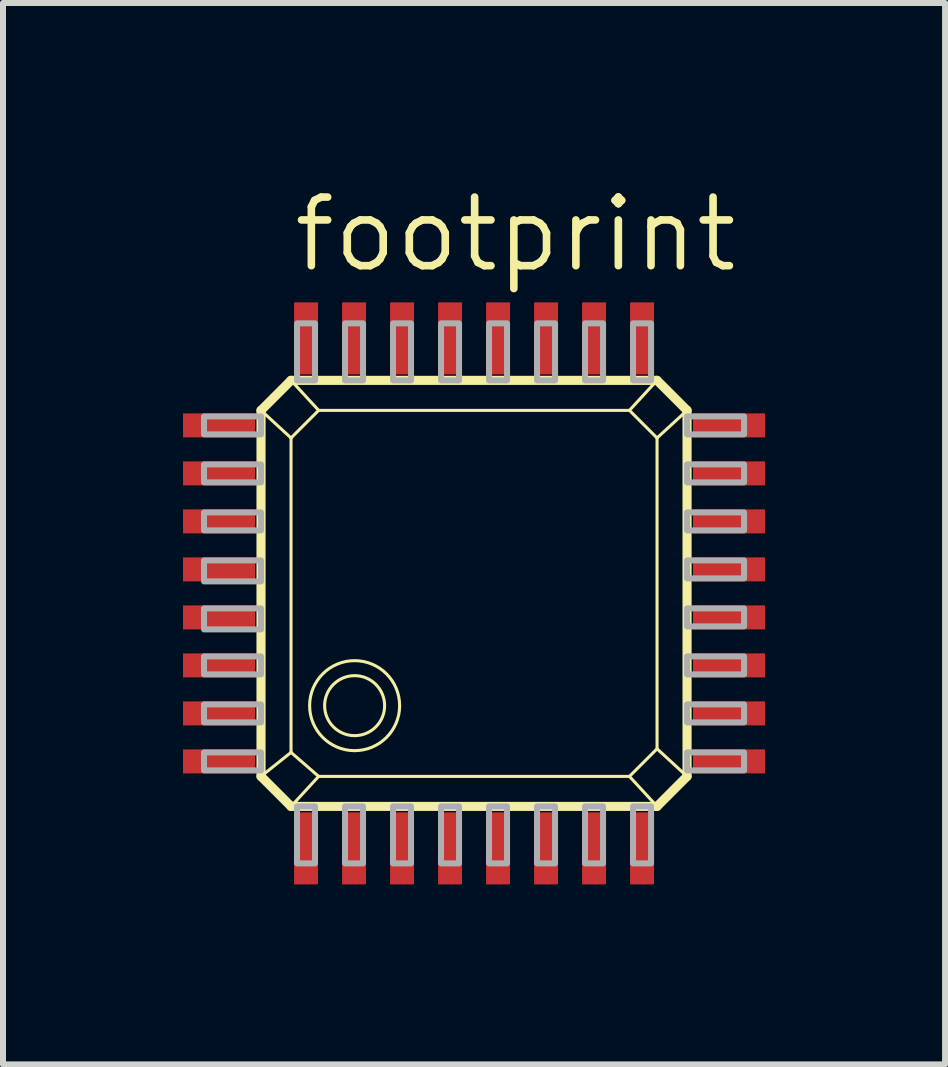
<source format=kicad_pcb>
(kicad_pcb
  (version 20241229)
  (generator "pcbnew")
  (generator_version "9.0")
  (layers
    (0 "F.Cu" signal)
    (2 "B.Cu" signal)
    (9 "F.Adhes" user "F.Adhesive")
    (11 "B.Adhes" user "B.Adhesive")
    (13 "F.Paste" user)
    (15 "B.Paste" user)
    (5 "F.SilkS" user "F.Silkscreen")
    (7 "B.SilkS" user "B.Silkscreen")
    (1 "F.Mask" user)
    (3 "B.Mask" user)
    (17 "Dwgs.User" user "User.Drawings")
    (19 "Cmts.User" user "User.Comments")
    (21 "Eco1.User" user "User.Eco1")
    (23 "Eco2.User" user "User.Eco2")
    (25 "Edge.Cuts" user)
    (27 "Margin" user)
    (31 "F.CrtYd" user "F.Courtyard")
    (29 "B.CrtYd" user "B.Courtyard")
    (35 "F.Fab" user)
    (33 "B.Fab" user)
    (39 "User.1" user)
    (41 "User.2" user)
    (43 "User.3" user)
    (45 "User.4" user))
  (footprint "footprint"
    (layer "F.Cu")
    (at 4.85 6.839)
    (property "Reference" "footprint" (at -3.067 -5.315 0) (layer "F.SilkS") (effects (font (size 1.143 1.143) (thickness 0.127)) (justify left bottom)))
    (fp_line (start -3.55 -3.05) (end -3.05 -3.55) (stroke (width 0.152) (type solid)) (layer "F.SilkS"))
    (fp_line (start -3.55 -3.05) (end -3.05 -2.59) (stroke (width 0.051) (type solid)) (layer "F.SilkS"))
    (fp_line (start -3.55 3.05) (end -3.55 -3.05) (stroke (width 0.152) (type solid)) (layer "F.SilkS"))
    (fp_line (start -3.05 -3.55) (end -2.59 -3.05) (stroke (width 0.051) (type solid)) (layer "F.SilkS"))
    (fp_line (start -3.05 -3.55) (end 3.05 -3.55) (stroke (width 0.152) (type solid)) (layer "F.SilkS"))
    (fp_line (start -3.05 -2.59) (end -2.59 -3.05) (stroke (width 0.051) (type solid)) (layer "F.SilkS"))
    (fp_line (start -3.05 2.65) (end -3.55 3.05) (stroke (width 0.051) (type solid)) (layer "F.SilkS"))
    (fp_line (start -3.05 2.65) (end -3.05 -2.59) (stroke (width 0.051) (type solid)) (layer "F.SilkS"))
    (fp_line (start -3.05 3.55) (end -3.55 3.05) (stroke (width 0.152) (type solid)) (layer "F.SilkS"))
    (fp_line (start -3.05 3.55) (end -2.59 3.05) (stroke (width 0.051) (type solid)) (layer "F.SilkS"))
    (fp_line (start -2.59 -3.05) (end 2.59 -3.05) (stroke (width 0.051) (type solid)) (layer "F.SilkS"))
    (fp_line (start -2.59 3.05) (end -3.05 2.65) (stroke (width 0.051) (type solid)) (layer "F.SilkS"))
    (fp_line (start 2.59 -3.05) (end 3.05 -2.59) (stroke (width 0.051) (type solid)) (layer "F.SilkS"))
    (fp_line (start 2.59 3.05) (end -2.59 3.05) (stroke (width 0.051) (type solid)) (layer "F.SilkS"))
    (fp_line (start 3.05 -3.55) (end 2.59 -3.05) (stroke (width 0.051) (type solid)) (layer "F.SilkS"))
    (fp_line (start 3.05 -3.55) (end 3.55 -3.05) (stroke (width 0.152) (type solid)) (layer "F.SilkS"))
    (fp_line (start 3.05 -2.59) (end 3.05 2.59) (stroke (width 0.051) (type solid)) (layer "F.SilkS"))
    (fp_line (start 3.05 2.59) (end 2.59 3.05) (stroke (width 0.051) (type solid)) (layer "F.SilkS"))
    (fp_line (start 3.05 3.55) (end -3.05 3.55) (stroke (width 0.152) (type solid)) (layer "F.SilkS"))
    (fp_line (start 3.05 3.55) (end 2.59 3.05) (stroke (width 0.051) (type solid)) (layer "F.SilkS"))
    (fp_line (start 3.55 -3.05) (end 3.05 -2.59) (stroke (width 0.051) (type solid)) (layer "F.SilkS"))
    (fp_line (start 3.55 -3.05) (end 3.55 3.05) (stroke (width 0.152) (type solid)) (layer "F.SilkS"))
    (fp_line (start 3.55 3.05) (end 3.05 2.59) (stroke (width 0.051) (type solid)) (layer "F.SilkS"))
    (fp_line (start 3.55 3.05) (end 3.05 3.55) (stroke (width 0.152) (type solid)) (layer "F.SilkS"))
    (fp_circle (center -1.99 1.871) (end -1.49 1.871) (stroke (width 0.051) (type solid)) (fill no) (layer "F.SilkS"))
    (fp_circle (center -1.99 1.871) (end -1.24 1.871) (stroke (width 0.051) (type solid)) (fill no) (layer "F.SilkS"))
    (fp_poly (pts (xy -4.5 -2.65) (xy -3.55 -2.65) (xy -3.55 -2.95) (xy -4.5 -2.95)) (stroke (width 0.1) (type solid)) (fill no) (layer "F.Fab"))
    (fp_poly (pts (xy -4.5 -1.85) (xy -3.55 -1.85) (xy -3.55 -2.15) (xy -4.5 -2.15)) (stroke (width 0.1) (type solid)) (fill no) (layer "F.Fab"))
    (fp_poly (pts (xy -4.5 -1.05) (xy -3.55 -1.05) (xy -3.55 -1.35) (xy -4.5 -1.35)) (stroke (width 0.1) (type solid)) (fill no) (layer "F.Fab"))
    (fp_poly (pts (xy -4.5 -0.2) (xy -3.55 -0.2) (xy -3.55 -0.55) (xy -4.5 -0.55)) (stroke (width 0.1) (type solid)) (fill no) (layer "F.Fab"))
    (fp_poly (pts (xy -4.5 0.6) (xy -3.55 0.6) (xy -3.55 0.25) (xy -4.5 0.25)) (stroke (width 0.1) (type solid)) (fill no) (layer "F.Fab"))
    (fp_poly (pts (xy -4.5 1.35) (xy -3.55 1.35) (xy -3.55 1.05) (xy -4.5 1.05)) (stroke (width 0.1) (type solid)) (fill no) (layer "F.Fab"))
    (fp_poly (pts (xy -4.5 2.15) (xy -3.55 2.15) (xy -3.55 1.85) (xy -4.5 1.85)) (stroke (width 0.1) (type solid)) (fill no) (layer "F.Fab"))
    (fp_poly (pts (xy -4.5 2.95) (xy -3.55 2.95) (xy -3.55 2.65) (xy -4.5 2.65)) (stroke (width 0.1) (type solid)) (fill no) (layer "F.Fab"))
    (fp_poly (pts (xy -2.95 -3.55) (xy -2.65 -3.55) (xy -2.65 -4.5) (xy -2.95 -4.5)) (stroke (width 0.1) (type solid)) (fill no) (layer "F.Fab"))
    (fp_poly (pts (xy -2.95 4.5) (xy -2.65 4.5) (xy -2.65 3.55) (xy -2.95 3.55)) (stroke (width 0.1) (type solid)) (fill no) (layer "F.Fab"))
    (fp_poly (pts (xy -2.15 -3.55) (xy -1.85 -3.55) (xy -1.85 -4.5) (xy -2.15 -4.5)) (stroke (width 0.1) (type solid)) (fill no) (layer "F.Fab"))
    (fp_poly (pts (xy -2.15 4.5) (xy -1.85 4.5) (xy -1.85 3.55) (xy -2.15 3.55)) (stroke (width 0.1) (type solid)) (fill no) (layer "F.Fab"))
    (fp_poly (pts (xy -1.35 -3.55) (xy -1.05 -3.55) (xy -1.05 -4.5) (xy -1.35 -4.5)) (stroke (width 0.1) (type solid)) (fill no) (layer "F.Fab"))
    (fp_poly (pts (xy -1.35 4.5) (xy -1.05 4.5) (xy -1.05 3.55) (xy -1.35 3.55)) (stroke (width 0.1) (type solid)) (fill no) (layer "F.Fab"))
    (fp_poly (pts (xy -0.55 -3.55) (xy -0.25 -3.55) (xy -0.25 -4.5) (xy -0.55 -4.5)) (stroke (width 0.1) (type solid)) (fill no) (layer "F.Fab"))
    (fp_poly (pts (xy -0.55 4.5) (xy -0.25 4.5) (xy -0.25 3.55) (xy -0.55 3.55)) (stroke (width 0.1) (type solid)) (fill no) (layer "F.Fab"))
    (fp_poly (pts (xy 0.25 -3.55) (xy 0.55 -3.55) (xy 0.55 -4.5) (xy 0.25 -4.5)) (stroke (width 0.1) (type solid)) (fill no) (layer "F.Fab"))
    (fp_poly (pts (xy 0.25 4.5) (xy 0.55 4.5) (xy 0.55 3.55) (xy 0.25 3.55)) (stroke (width 0.1) (type solid)) (fill no) (layer "F.Fab"))
    (fp_poly (pts (xy 1.05 -3.55) (xy 1.35 -3.55) (xy 1.35 -4.5) (xy 1.05 -4.5)) (stroke (width 0.1) (type solid)) (fill no) (layer "F.Fab"))
    (fp_poly (pts (xy 1.05 4.5) (xy 1.35 4.5) (xy 1.35 3.55) (xy 1.05 3.55)) (stroke (width 0.1) (type solid)) (fill no) (layer "F.Fab"))
    (fp_poly (pts (xy 1.85 -3.55) (xy 2.15 -3.55) (xy 2.15 -4.5) (xy 1.85 -4.5)) (stroke (width 0.1) (type solid)) (fill no) (layer "F.Fab"))
    (fp_poly (pts (xy 1.85 4.5) (xy 2.15 4.5) (xy 2.15 3.55) (xy 1.85 3.55)) (stroke (width 0.1) (type solid)) (fill no) (layer "F.Fab"))
    (fp_poly (pts (xy 2.65 -3.55) (xy 2.95 -3.55) (xy 2.95 -4.5) (xy 2.65 -4.5)) (stroke (width 0.1) (type solid)) (fill no) (layer "F.Fab"))
    (fp_poly (pts (xy 2.65 4.5) (xy 2.95 4.5) (xy 2.95 3.55) (xy 2.65 3.55)) (stroke (width 0.1) (type solid)) (fill no) (layer "F.Fab"))
    (fp_poly (pts (xy 3.55 -2.65) (xy 4.5 -2.65) (xy 4.5 -2.95) (xy 3.55 -2.95)) (stroke (width 0.1) (type solid)) (fill no) (layer "F.Fab"))
    (fp_poly (pts (xy 3.55 -1.85) (xy 4.5 -1.85) (xy 4.5 -2.15) (xy 3.55 -2.15)) (stroke (width 0.1) (type solid)) (fill no) (layer "F.Fab"))
    (fp_poly (pts (xy 3.55 -1.05) (xy 4.5 -1.05) (xy 4.5 -1.35) (xy 3.55 -1.35)) (stroke (width 0.1) (type solid)) (fill no) (layer "F.Fab"))
    (fp_poly (pts (xy 3.55 -0.25) (xy 4.5 -0.25) (xy 4.5 -0.55) (xy 3.55 -0.55)) (stroke (width 0.1) (type solid)) (fill no) (layer "F.Fab"))
    (fp_poly (pts (xy 3.55 0.55) (xy 4.5 0.55) (xy 4.5 0.25) (xy 3.55 0.25)) (stroke (width 0.1) (type solid)) (fill no) (layer "F.Fab"))
    (fp_poly (pts (xy 3.55 1.35) (xy 4.5 1.35) (xy 4.5 1.05) (xy 3.55 1.05)) (stroke (width 0.1) (type solid)) (fill no) (layer "F.Fab"))
    (fp_poly (pts (xy 3.55 2.15) (xy 4.5 2.15) (xy 4.5 1.85) (xy 3.55 1.85)) (stroke (width 0.1) (type solid)) (fill no) (layer "F.Fab"))
    (fp_poly (pts (xy 3.55 2.95) (xy 4.5 2.95) (xy 4.5 2.65) (xy 3.55 2.65)) (stroke (width 0.1) (type solid)) (fill no) (layer "F.Fab"))
    (pad "1" smd rect (at -2.8 4.25) (size 0.4 1.2) (layers "F.Cu" "F.Mask" "F.Paste"))
    (pad "2" smd rect (at -2 4.25) (size 0.4 1.2) (layers "F.Cu" "F.Mask" "F.Paste"))
    (pad "3" smd rect (at -1.2 4.25) (size 0.4 1.2) (layers "F.Cu" "F.Mask" "F.Paste"))
    (pad "4" smd rect (at -0.4 4.25) (size 0.4 1.2) (layers "F.Cu" "F.Mask" "F.Paste"))
    (pad "5" smd rect (at 0.4 4.25) (size 0.4 1.2) (layers "F.Cu" "F.Mask" "F.Paste"))
    (pad "6" smd rect (at 1.2 4.25) (size 0.4 1.2) (layers "F.Cu" "F.Mask" "F.Paste"))
    (pad "7" smd rect (at 2 4.25) (size 0.4 1.2) (layers "F.Cu" "F.Mask" "F.Paste"))
    (pad "8" smd rect (at 2.8 4.25) (size 0.4 1.2) (layers "F.Cu" "F.Mask" "F.Paste"))
    (pad "9" smd rect (at 4.25 2.8) (size 1.2 0.4) (layers "F.Cu" "F.Mask" "F.Paste"))
    (pad "10" smd rect (at 4.25 2) (size 1.2 0.4) (layers "F.Cu" "F.Mask" "F.Paste"))
    (pad "11" smd rect (at 4.25 1.2) (size 1.2 0.4) (layers "F.Cu" "F.Mask" "F.Paste"))
    (pad "12" smd rect (at 4.25 0.4) (size 1.2 0.4) (layers "F.Cu" "F.Mask" "F.Paste"))
    (pad "13" smd rect (at 4.25 -0.4) (size 1.2 0.4) (layers "F.Cu" "F.Mask" "F.Paste"))
    (pad "14" smd rect (at 4.25 -1.2) (size 1.2 0.4) (layers "F.Cu" "F.Mask" "F.Paste"))
    (pad "15" smd rect (at 4.25 -2) (size 1.2 0.4) (layers "F.Cu" "F.Mask" "F.Paste"))
    (pad "16" smd rect (at 4.25 -2.8) (size 1.2 0.4) (layers "F.Cu" "F.Mask" "F.Paste"))
    (pad "17" smd rect (at 2.8 -4.25) (size 0.4 1.2) (layers "F.Cu" "F.Mask" "F.Paste"))
    (pad "18" smd rect (at 2 -4.25) (size 0.4 1.2) (layers "F.Cu" "F.Mask" "F.Paste"))
    (pad "19" smd rect (at 1.2 -4.25) (size 0.4 1.2) (layers "F.Cu" "F.Mask" "F.Paste"))
    (pad "20" smd rect (at 0.4 -4.25) (size 0.4 1.2) (layers "F.Cu" "F.Mask" "F.Paste"))
    (pad "21" smd rect (at -0.4 -4.25) (size 0.4 1.2) (layers "F.Cu" "F.Mask" "F.Paste"))
    (pad "22" smd rect (at -1.2 -4.25) (size 0.4 1.2) (layers "F.Cu" "F.Mask" "F.Paste"))
    (pad "23" smd rect (at -2 -4.25) (size 0.4 1.2) (layers "F.Cu" "F.Mask" "F.Paste"))
    (pad "24" smd rect (at -2.8 -4.25) (size 0.4 1.2) (layers "F.Cu" "F.Mask" "F.Paste"))
    (pad "25" smd rect (at -4.25 -2.8) (size 1.2 0.4) (layers "F.Cu" "F.Mask" "F.Paste"))
    (pad "26" smd rect (at -4.25 -2) (size 1.2 0.4) (layers "F.Cu" "F.Mask" "F.Paste"))
    (pad "27" smd rect (at -4.25 -1.2) (size 1.2 0.4) (layers "F.Cu" "F.Mask" "F.Paste"))
    (pad "28" smd rect (at -4.25 -0.4) (size 1.2 0.4) (layers "F.Cu" "F.Mask" "F.Paste"))
    (pad "29" smd rect (at -4.25 0.4) (size 1.2 0.4) (layers "F.Cu" "F.Mask" "F.Paste"))
    (pad "30" smd rect (at -4.25 1.2) (size 1.2 0.4) (layers "F.Cu" "F.Mask" "F.Paste"))
    (pad "31" smd rect (at -4.25 2) (size 1.2 0.4) (layers "F.Cu" "F.Mask" "F.Paste"))
    (pad "32" smd rect (at -4.25 2.8) (size 1.2 0.4) (layers "F.Cu" "F.Mask" "F.Paste")))
  (gr_rect
    (start -3 -3)
    (end 12.7 14.689)
    (stroke (width 0.1) (type default))
    (fill no)
    (layer "Edge.Cuts")))
</source>
